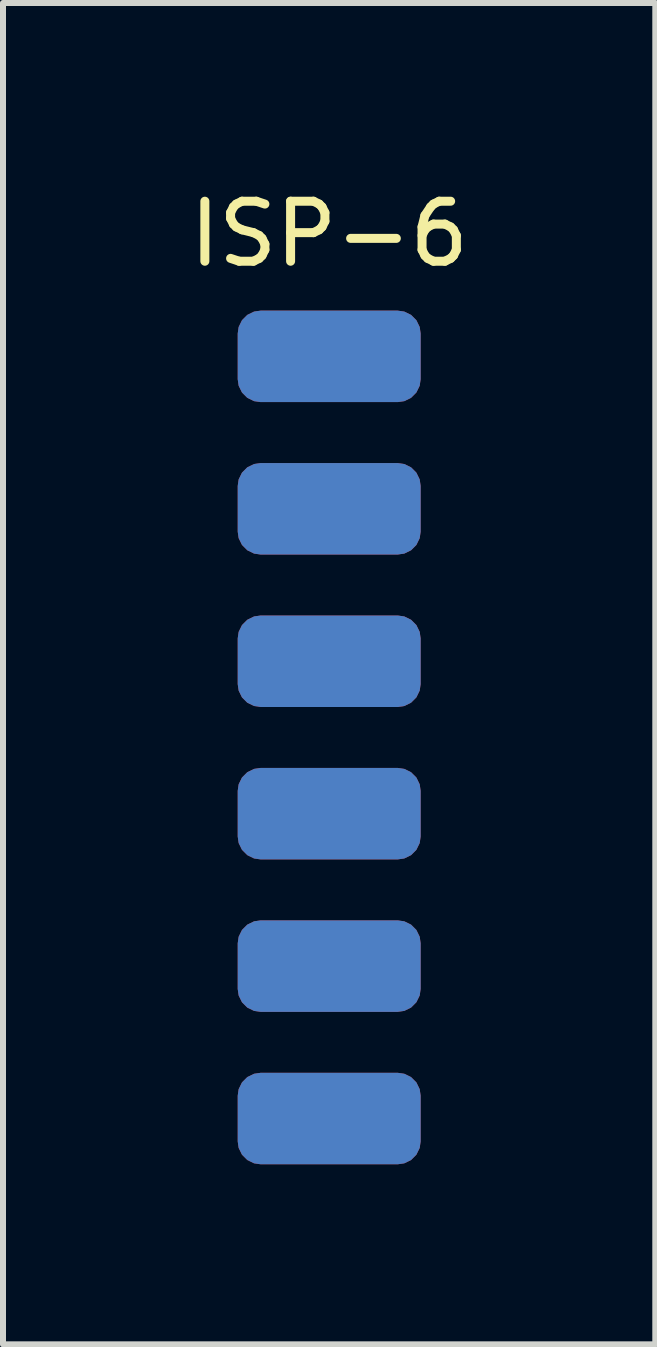
<source format=kicad_pcb>
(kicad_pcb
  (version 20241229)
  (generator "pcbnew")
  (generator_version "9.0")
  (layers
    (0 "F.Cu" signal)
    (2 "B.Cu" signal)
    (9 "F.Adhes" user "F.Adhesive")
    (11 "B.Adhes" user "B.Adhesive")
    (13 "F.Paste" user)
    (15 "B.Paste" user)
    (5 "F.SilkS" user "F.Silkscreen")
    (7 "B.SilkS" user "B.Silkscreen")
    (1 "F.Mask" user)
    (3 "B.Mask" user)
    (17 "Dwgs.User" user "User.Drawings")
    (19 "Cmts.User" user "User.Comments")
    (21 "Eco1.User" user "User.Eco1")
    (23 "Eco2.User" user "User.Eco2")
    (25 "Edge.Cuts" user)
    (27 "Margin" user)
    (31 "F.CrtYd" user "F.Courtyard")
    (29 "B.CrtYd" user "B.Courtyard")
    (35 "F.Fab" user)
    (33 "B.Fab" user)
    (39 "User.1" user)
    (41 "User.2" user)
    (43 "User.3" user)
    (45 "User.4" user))
  (footprint "ISP-6"
    (layer "F.Cu")
    (at 2.435 0.348)
    (property "Reference" "ISP-6" (at 0 0.5 0) (layer "F.SilkS") (effects (font (size 1 1) (thickness 0.15))))
    (attr through_hole)
    (pad "1" smd roundrect (at 0 2.54) (size 3.048 1.524) (layers "F.Cu" "F.Mask" "F.Paste") (roundrect_rratio 0.25))
    (pad "1" smd roundrect (at 0 2.54 180) (size 3.048 1.524) (layers "B.Cu" "B.Mask" "B.Paste") (roundrect_rratio 0.25))
    (pad "2" smd roundrect (at 0 5.08) (size 3.048 1.524) (layers "F.Cu" "F.Mask" "F.Paste") (roundrect_rratio 0.25))
    (pad "2" smd roundrect (at 0 5.08 180) (size 3.048 1.524) (layers "B.Cu" "B.Mask" "B.Paste") (roundrect_rratio 0.25))
    (pad "3" smd roundrect (at 0 7.62) (size 3.048 1.524) (layers "F.Cu" "F.Mask" "F.Paste") (roundrect_rratio 0.25))
    (pad "3" smd roundrect (at 0 7.62 180) (size 3.048 1.524) (layers "B.Cu" "B.Mask" "B.Paste") (roundrect_rratio 0.25))
    (pad "4" smd roundrect (at 0 10.16) (size 3.048 1.524) (layers "F.Cu" "F.Mask" "F.Paste") (roundrect_rratio 0.25))
    (pad "4" smd roundrect (at 0 10.16 180) (size 3.048 1.524) (layers "B.Cu" "B.Mask" "B.Paste") (roundrect_rratio 0.25))
    (pad "5" smd roundrect (at 0 12.7) (size 3.048 1.524) (layers "F.Cu" "F.Mask" "F.Paste") (roundrect_rratio 0.25))
    (pad "5" smd roundrect (at 0 12.7 180) (size 3.048 1.524) (layers "B.Cu" "B.Mask" "B.Paste") (roundrect_rratio 0.25))
    (pad "6" smd roundrect (at 0 15.24) (size 3.048 1.524) (layers "F.Cu" "F.Mask" "F.Paste") (roundrect_rratio 0.25))
    (pad "6" smd roundrect (at 0 15.24 180) (size 3.048 1.524) (layers "B.Cu" "B.Mask" "B.Paste") (roundrect_rratio 0.25)))
  (gr_rect
    (start -3 -3)
    (end 7.869 19.35)
    (stroke (width 0.1) (type default))
    (fill no)
    (layer "Edge.Cuts")))
</source>
